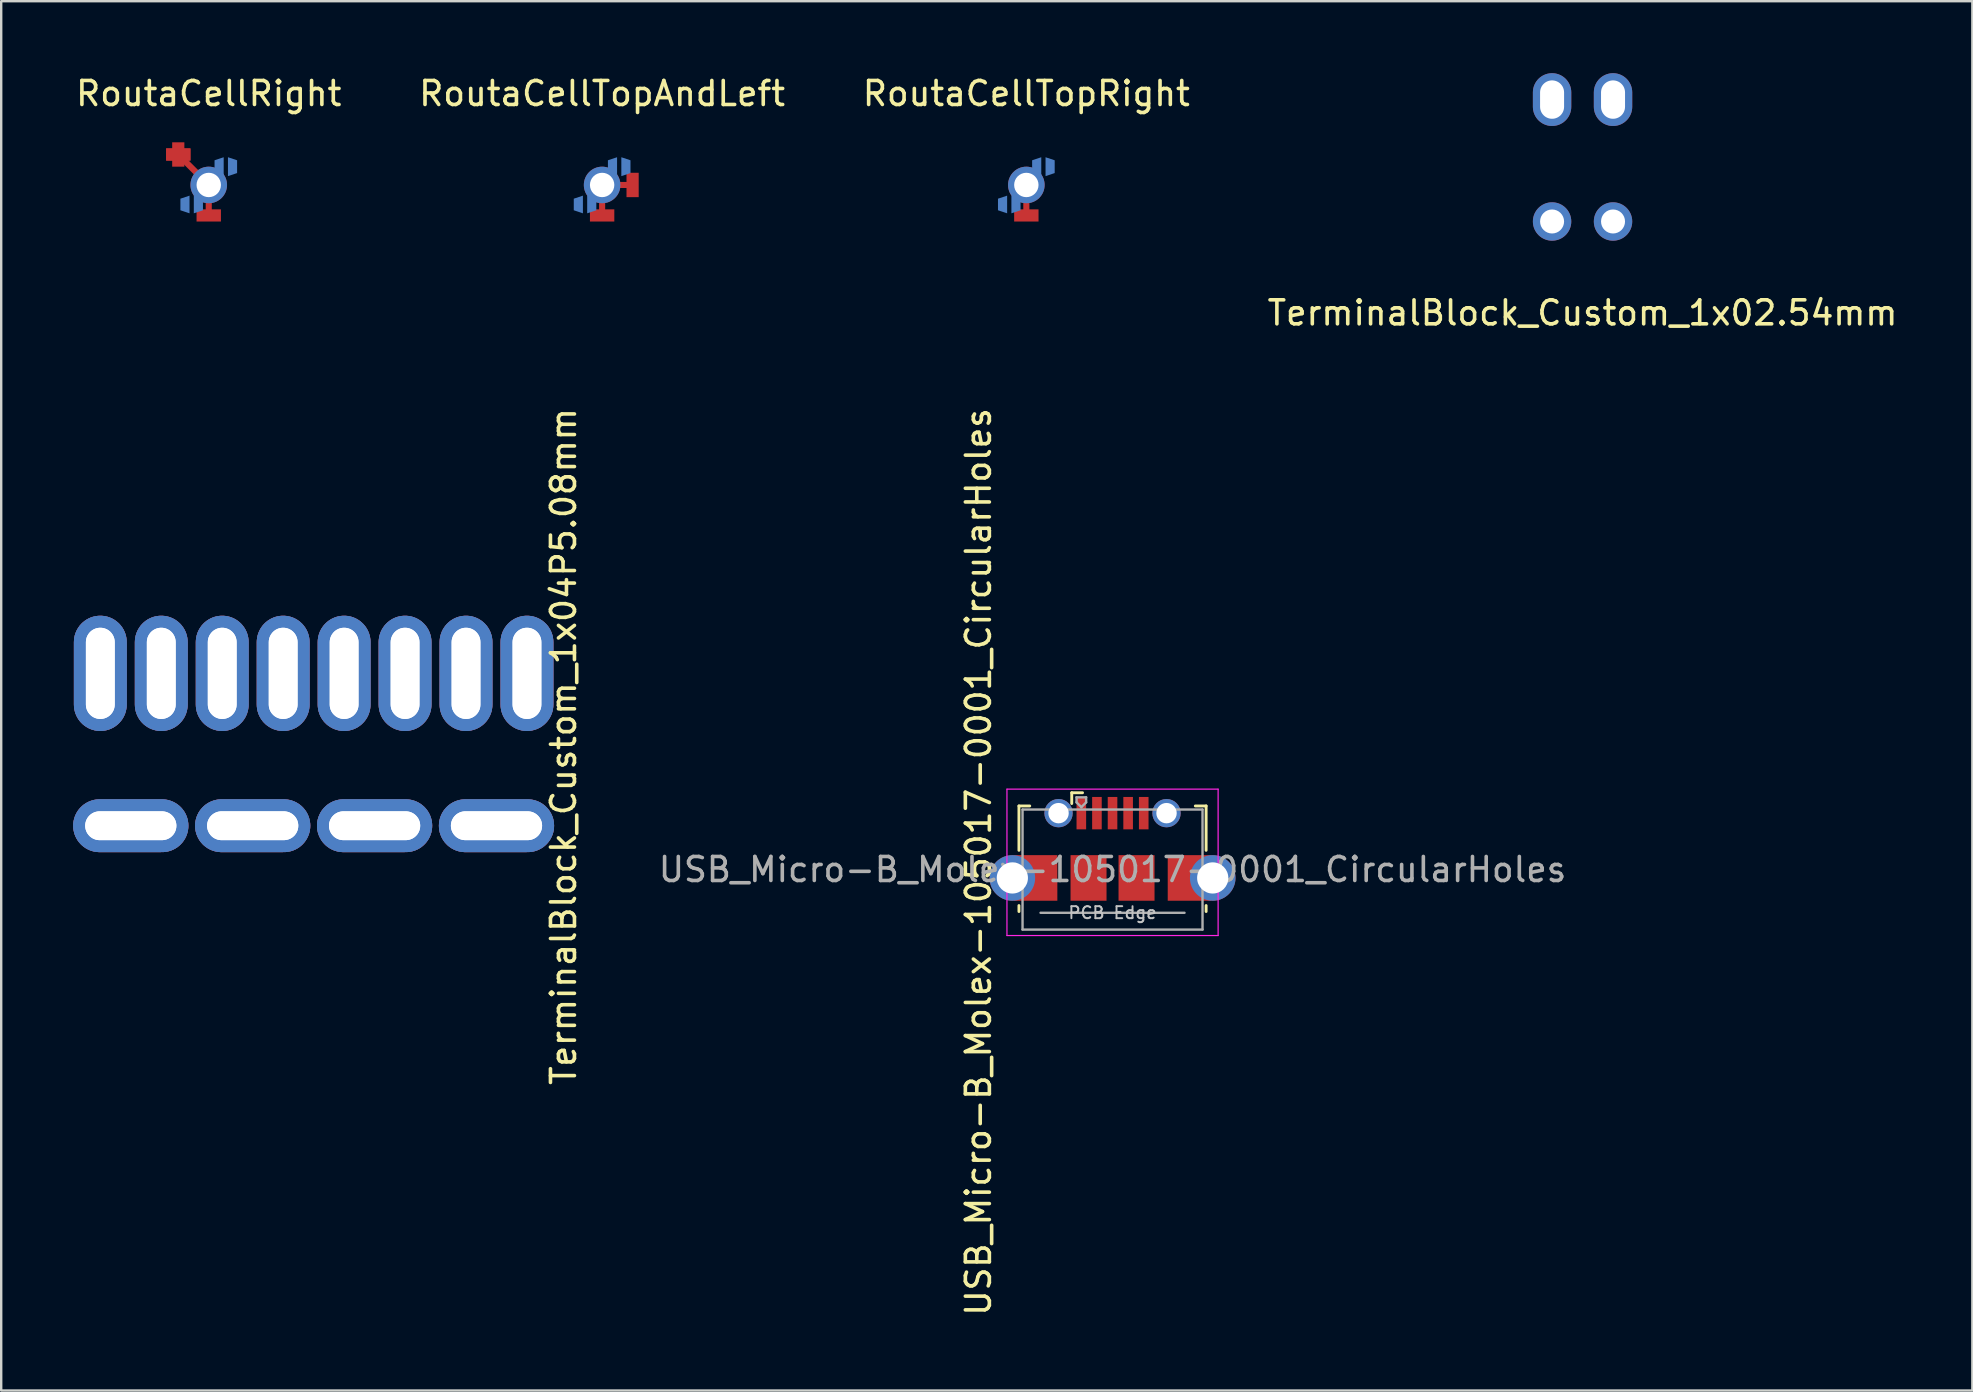
<source format=kicad_pcb>
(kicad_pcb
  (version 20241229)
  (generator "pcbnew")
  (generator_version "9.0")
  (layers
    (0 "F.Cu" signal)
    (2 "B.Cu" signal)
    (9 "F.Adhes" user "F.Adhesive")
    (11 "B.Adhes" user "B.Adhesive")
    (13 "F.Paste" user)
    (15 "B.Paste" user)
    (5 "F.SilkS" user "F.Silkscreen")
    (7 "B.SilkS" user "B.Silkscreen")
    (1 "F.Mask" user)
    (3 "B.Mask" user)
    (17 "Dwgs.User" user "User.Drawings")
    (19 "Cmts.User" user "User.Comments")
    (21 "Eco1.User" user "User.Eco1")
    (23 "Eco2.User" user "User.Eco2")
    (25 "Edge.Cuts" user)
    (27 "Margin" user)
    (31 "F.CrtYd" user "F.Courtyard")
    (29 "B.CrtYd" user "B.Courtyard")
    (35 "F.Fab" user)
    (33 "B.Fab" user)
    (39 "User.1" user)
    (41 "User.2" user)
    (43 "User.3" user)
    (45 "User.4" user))
  (footprint "RoutaCellTopRight"
    (layer "F.Cu")
    (at 39.72 4.658)
    (property "Reference" "RoutaCellTopRight" (at 0 -3.81 0) (layer "F.SilkS") (effects (font (size 1 1) (thickness 0.15))))
    (attr through_hole)
    (fp_line (start 0 0) (end 0 1.27) (stroke (width 0.254) (type solid)) (layer "F.Cu"))
    (pad "" smd trapezoid (at -0.432 0.813 270) (size 0.61 0.381) (rect_delta 0 0.127) (layers "B.Cu" "B.Mask" "B.Paste"))
    (pad "" thru_hole circle (at 0 0) (size 1.524 1.524) (drill 1.016) (layers "*.Cu" "*.Mask"))
    (pad "" smd rect (at 0 1.27) (size 1.016 0.508) (layers "F.Cu" "F.Mask" "F.Paste"))
    (pad "" smd trapezoid (at 0.432 -0.762 90) (size 0.66 0.381) (rect_delta 0 0.127) (layers "B.Cu" "B.Mask" "B.Paste"))
    (pad "D" smd trapezoid (at -0.991 0.813 90) (size 0.61 0.381) (rect_delta 0 0.127) (layers "B.Cu" "B.Mask" "B.Paste"))
    (pad "U" smd trapezoid (at 0.991 -0.762 270) (size 0.66 0.381) (rect_delta 0 0.127) (layers "B.Cu" "B.Mask" "B.Paste")))
  (footprint "RoutaCellRight"
    (layer "F.Cu")
    (at 5.649 4.658)
    (property "Reference" "RoutaCellRight" (at 0 -3.81 0) (layer "F.SilkS") (effects (font (size 1 1) (thickness 0.15))))
    (attr through_hole)
    (fp_line (start 0 0) (end -1.27 -1.27) (stroke (width 0.254) (type solid)) (layer "F.Cu"))
    (fp_line (start 0 0) (end 0 1.27) (stroke (width 0.254) (type solid)) (layer "F.Cu"))
    (pad "" smd rect (at -1.27 -1.27) (size 1.016 0.508) (layers "F.Cu" "F.Mask" "F.Paste"))
    (pad "" smd rect (at -1.27 -1.27 90) (size 1.016 0.508) (layers "F.Cu" "F.Mask" "F.Paste"))
    (pad "" smd rect (at -1.27 -1.27) (size 1.016 0.508) (layers "F.Cu" "F.Mask" "F.Paste"))
    (pad "" smd trapezoid (at -0.432 0.813 270) (size 0.61 0.381) (rect_delta 0 0.127) (layers "B.Cu" "B.Mask" "B.Paste"))
    (pad "" thru_hole circle (at 0 0) (size 1.524 1.524) (drill 1.016) (layers "*.Cu" "*.Mask"))
    (pad "" smd rect (at 0 1.27) (size 1.016 0.508) (layers "F.Cu" "F.Mask" "F.Paste"))
    (pad "" smd trapezoid (at 0.432 -0.762 90) (size 0.66 0.381) (rect_delta 0 0.127) (layers "B.Cu" "B.Mask" "B.Paste"))
    (pad "D" smd trapezoid (at -0.991 0.813 90) (size 0.61 0.381) (rect_delta 0 0.127) (layers "B.Cu" "B.Mask" "B.Paste"))
    (pad "U" smd trapezoid (at 0.991 -0.762 270) (size 0.66 0.381) (rect_delta 0 0.127) (layers "B.Cu" "B.Mask" "B.Paste")))
  (footprint "USB_Micro-B_Molex-105017-0001_CircularHoles"
    (layer "F.Cu")
    (at 43.312 33.186)
    (property "Reference" "USB_Micro-B_Molex-105017-0001_CircularHoles" (at -5.588 -0.318 90) (layer "F.SilkS") (effects (font (size 1 1) (thickness 0.15))))
    (attr smd)
    (fp_line (start -3.9 -2.65) (end -3.45 -2.65) (stroke (width 0.12) (type solid)) (layer "F.SilkS"))
    (fp_line (start -3.9 -0.8) (end -3.9 -2.65) (stroke (width 0.12) (type solid)) (layer "F.SilkS"))
    (fp_line (start -3.9 1.75) (end -3.9 1.5) (stroke (width 0.12) (type solid)) (layer "F.SilkS"))
    (fp_line (start -1.7 -3.2) (end -1.7 -2.75) (stroke (width 0.12) (type solid)) (layer "F.SilkS"))
    (fp_line (start -1.7 -3.2) (end -1.25 -3.2) (stroke (width 0.12) (type solid)) (layer "F.SilkS"))
    (fp_line (start 3.9 -2.65) (end 3.45 -2.65) (stroke (width 0.12) (type solid)) (layer "F.SilkS"))
    (fp_line (start 3.9 -0.8) (end 3.9 -2.65) (stroke (width 0.12) (type solid)) (layer "F.SilkS"))
    (fp_line (start 3.9 1.75) (end 3.9 1.5) (stroke (width 0.12) (type solid)) (layer "F.SilkS"))
    (fp_line (start -4.4 -3.35) (end 4.4 -3.35) (stroke (width 0.05) (type solid)) (layer "F.CrtYd"))
    (fp_line (start -4.4 2.75) (end -4.4 -3.35) (stroke (width 0.05) (type solid)) (layer "F.CrtYd"))
    (fp_line (start -4.4 2.75) (end 4.4 2.75) (stroke (width 0.05) (type solid)) (layer "F.CrtYd"))
    (fp_line (start 4.4 -3.35) (end 4.4 2.75) (stroke (width 0.05) (type solid)) (layer "F.CrtYd"))
    (fp_line (start -3.75 -2.5) (end 3.75 -2.5) (stroke (width 0.1) (type solid)) (layer "F.Fab"))
    (fp_line (start -3.75 2.5) (end -3.75 -2.5) (stroke (width 0.1) (type solid)) (layer "F.Fab"))
    (fp_line (start -3.75 2.502) (end 3.75 2.502) (stroke (width 0.1) (type solid)) (layer "F.Fab"))
    (fp_line (start -3 1.802) (end 3 1.802) (stroke (width 0.1) (type solid)) (layer "F.Fab"))
    (fp_line (start -1.5 -3.01) (end -1.5 -2.8) (stroke (width 0.1) (type solid)) (layer "F.Fab"))
    (fp_line (start -1.5 -3.01) (end -1.1 -3.01) (stroke (width 0.1) (type solid)) (layer "F.Fab"))
    (fp_line (start -1.3 -2.6) (end -1.5 -2.8) (stroke (width 0.1) (type solid)) (layer "F.Fab"))
    (fp_line (start -1.1 -3.01) (end -1.1 -2.8) (stroke (width 0.1) (type solid)) (layer "F.Fab"))
    (fp_line (start -1.1 -2.8) (end -1.3 -2.6) (stroke (width 0.1) (type solid)) (layer "F.Fab"))
    (fp_line (start 3.75 2.5) (end 3.75 -2.5) (stroke (width 0.1) (type solid)) (layer "F.Fab"))
    (fp_text user "PCB Edge" (at 0 1.8 0) (layer "Dwgs.User") (effects (font (size 0.5 0.5) (thickness 0.08))))
    (fp_text user "${REFERENCE}" (at 0 0 0) (layer "F.Fab") (effects (font (size 1 1) (thickness 0.15))))
    (pad "1" smd rect (at -1.3 -2.35) (size 0.4 1.35) (layers "F.Cu" "F.Mask" "F.Paste"))
    (pad "2" smd rect (at -0.65 -2.35) (size 0.4 1.35) (layers "F.Cu" "F.Mask" "F.Paste"))
    (pad "3" smd rect (at 0 -2.35) (size 0.4 1.35) (layers "F.Cu" "F.Mask" "F.Paste"))
    (pad "4" smd rect (at 0.65 -2.35) (size 0.4 1.35) (layers "F.Cu" "F.Mask" "F.Paste"))
    (pad "5" smd rect (at 1.3 -2.35) (size 0.4 1.35) (layers "F.Cu" "F.Mask" "F.Paste"))
    (pad "6" thru_hole circle (at -4.175 0.35 180) (size 1.9 1.9) (drill 1.3) (layers "*.Cu" "*.Mask"))
    (pad "6" smd rect (at -3.2 0.35) (size 1.8 1.9) (layers "F.Cu" "F.Mask"))
    (pad "6" thru_hole circle (at -2.25 -2.35) (size 1.18 1.18) (drill 0.85) (layers "*.Cu" "*.Mask"))
    (pad "6" smd rect (at -1 0.35) (size 1.5 1.9) (layers "F.Cu" "F.Mask" "F.Paste"))
    (pad "6" smd rect (at 1 0.35) (size 1.5 1.9) (layers "F.Cu" "F.Mask" "F.Paste"))
    (pad "6" thru_hole circle (at 2.25 -2.35) (size 1.18 1.18) (drill 0.85) (layers "*.Cu" "*.Mask"))
    (pad "6" smd rect (at 3.2 0.35) (size 1.8 1.9) (layers "F.Cu" "F.Mask"))
    (pad "6" thru_hole circle (at 4.175 0.35) (size 1.9 1.9) (drill 1.3) (layers "*.Cu" "*.Mask")))
  (footprint "TerminalBlock_Custom_1x04P5.08mm"
    (layer "F.Cu")
    (at 10.02 27.55)
    (property "Reference" "TerminalBlock_Custom_1x04P5.08mm" (at 10.414 0.508 270) (layer "F.SilkS") (effects (font (size 1 1) (thickness 0.15))))
    (attr through_hole)
    (pad "1" thru_hole oval (at -8.89 -2.54 180) (size 2.2 4.8) (drill oval 1.2 3.8) (layers "*.Cu" "*.Mask"))
    (pad "1" thru_hole oval (at -8.89 -2.54) (size 2.2 4.8) (drill oval 1.2 3.8) (layers "*.Cu" "*.Mask"))
    (pad "1" thru_hole oval (at -7.62 3.81 180) (size 4.8 2.2) (drill oval 3.8 1.2) (layers "*.Cu" "*.Mask"))
    (pad "1" thru_hole oval (at -7.62 3.81) (size 4.8 2.2) (drill oval 3.8 1.2) (layers "*.Cu" "*.Mask"))
    (pad "1" thru_hole oval (at -6.35 -2.54) (size 2.2 4.8) (drill oval 1.2 3.8) (layers "*.Cu" "*.Mask"))
    (pad "1" thru_hole oval (at -6.35 -2.54 180) (size 2.2 4.8) (drill oval 1.2 3.8) (layers "*.Cu" "*.Mask"))
    (pad "2" thru_hole oval (at -3.81 -2.54 180) (size 2.2 4.8) (drill oval 1.2 3.8) (layers "*.Cu" "*.Mask"))
    (pad "2" thru_hole oval (at -3.81 -2.54) (size 2.2 4.8) (drill oval 1.2 3.8) (layers "*.Cu" "*.Mask"))
    (pad "2" thru_hole oval (at -2.54 3.81) (size 4.8 2.2) (drill oval 3.8 1.2) (layers "*.Cu" "*.Mask"))
    (pad "2" thru_hole oval (at -2.54 3.81 180) (size 4.8 2.2) (drill oval 3.8 1.2) (layers "*.Cu" "*.Mask"))
    (pad "2" thru_hole oval (at -1.27 -2.54 180) (size 2.2 4.8) (drill oval 1.2 3.8) (layers "*.Cu" "*.Mask"))
    (pad "2" thru_hole oval (at -1.27 -2.54) (size 2.2 4.8) (drill oval 1.2 3.8) (layers "*.Cu" "*.Mask"))
    (pad "3" thru_hole oval (at 1.27 -2.54 180) (size 2.2 4.8) (drill oval 1.2 3.8) (layers "*.Cu" "*.Mask"))
    (pad "3" thru_hole oval (at 1.27 -2.54) (size 2.2 4.8) (drill oval 1.2 3.8) (layers "*.Cu" "*.Mask"))
    (pad "3" thru_hole oval (at 2.54 3.81) (size 4.8 2.2) (drill oval 3.8 1.2) (layers "*.Cu" "*.Mask"))
    (pad "3" thru_hole oval (at 2.54 3.81 180) (size 4.8 2.2) (drill oval 3.8 1.2) (layers "*.Cu" "*.Mask"))
    (pad "3" thru_hole oval (at 3.81 -2.54) (size 2.2 4.8) (drill oval 1.2 3.8) (layers "*.Cu" "*.Mask"))
    (pad "3" thru_hole oval (at 3.81 -2.54 180) (size 2.2 4.8) (drill oval 1.2 3.8) (layers "*.Cu" "*.Mask"))
    (pad "4" thru_hole oval (at 6.35 -2.54 180) (size 2.2 4.8) (drill oval 1.2 3.8) (layers "*.Cu" "*.Mask"))
    (pad "4" thru_hole oval (at 6.35 -2.54) (size 2.2 4.8) (drill oval 1.2 3.8) (layers "*.Cu" "*.Mask"))
    (pad "4" thru_hole oval (at 7.62 3.81 180) (size 4.8 2.2) (drill oval 3.8 1.2) (layers "*.Cu" "*.Mask"))
    (pad "4" thru_hole oval (at 7.62 3.81) (size 4.8 2.2) (drill oval 3.8 1.2) (layers "*.Cu" "*.Mask"))
    (pad "4" thru_hole oval (at 8.89 -2.54 180) (size 2.2 4.8) (drill oval 1.2 3.8) (layers "*.Cu" "*.Mask"))
    (pad "4" thru_hole oval (at 8.89 -2.54) (size 2.2 4.8) (drill oval 1.2 3.8) (layers "*.Cu" "*.Mask")))
  (footprint "RoutaCellTopAndLeft"
    (layer "F.Cu")
    (at 22.042 4.658)
    (property "Reference" "RoutaCellTopAndLeft" (at 0 -3.81 0) (layer "F.SilkS") (effects (font (size 1 1) (thickness 0.15))))
    (attr through_hole)
    (fp_line (start 0 0) (end 0 1.27) (stroke (width 0.254) (type solid)) (layer "F.Cu"))
    (fp_line (start 0 0) (end 1.27 0) (stroke (width 0.254) (type solid)) (layer "F.Cu"))
    (pad "" smd trapezoid (at -0.432 0.813 270) (size 0.61 0.381) (rect_delta 0 0.127) (layers "B.Cu" "B.Mask" "B.Paste"))
    (pad "" thru_hole circle (at 0 0) (size 1.524 1.524) (drill 1.016) (layers "*.Cu" "*.Mask"))
    (pad "" smd rect (at 0 1.27) (size 1.016 0.508) (layers "F.Cu" "F.Mask" "F.Paste"))
    (pad "" smd trapezoid (at 0.432 -0.762 90) (size 0.66 0.381) (rect_delta 0 0.127) (layers "B.Cu" "B.Mask" "B.Paste"))
    (pad "" smd rect (at 1.27 0 90) (size 1.016 0.508) (layers "F.Cu" "F.Mask" "F.Paste"))
    (pad "D" smd trapezoid (at -0.991 0.813 90) (size 0.61 0.381) (rect_delta 0 0.127) (layers "B.Cu" "B.Mask" "B.Paste"))
    (pad "U" smd trapezoid (at 0.991 -0.762 270) (size 0.66 0.381) (rect_delta 0 0.127) (layers "B.Cu" "B.Mask" "B.Paste")))
  (footprint "TerminalBlock_Custom_1x02.54mm"
    (layer "F.Cu")
    (at 62.899 3.64)
    (property "Reference" "TerminalBlock_Custom_1x02.54mm" (at 0 6.35 0) (layer "F.SilkS") (effects (font (size 1 1) (thickness 0.15))))
    (attr through_hole)
    (pad "1" thru_hole oval (at -1.27 -2.54) (size 1.6 2.2) (drill oval 1 1.6) (layers "*.Cu" "*.Mask"))
    (pad "1" thru_hole circle (at -1.27 2.54) (size 1.6 1.6) (drill 1) (layers "*.Cu" "*.Mask"))
    (pad "2" thru_hole oval (at 1.27 -2.54) (size 1.6 2.2) (drill oval 1 1.6) (layers "*.Cu" "*.Mask"))
    (pad "2" thru_hole circle (at 1.27 2.54) (size 1.6 1.6) (drill 1) (layers "*.Cu" "*.Mask")))
  (gr_rect
    (start -3 -3)
    (end 79.143 54.898)
    (stroke (width 0.1) (type default))
    (fill no)
    (layer "Edge.Cuts")))
</source>
